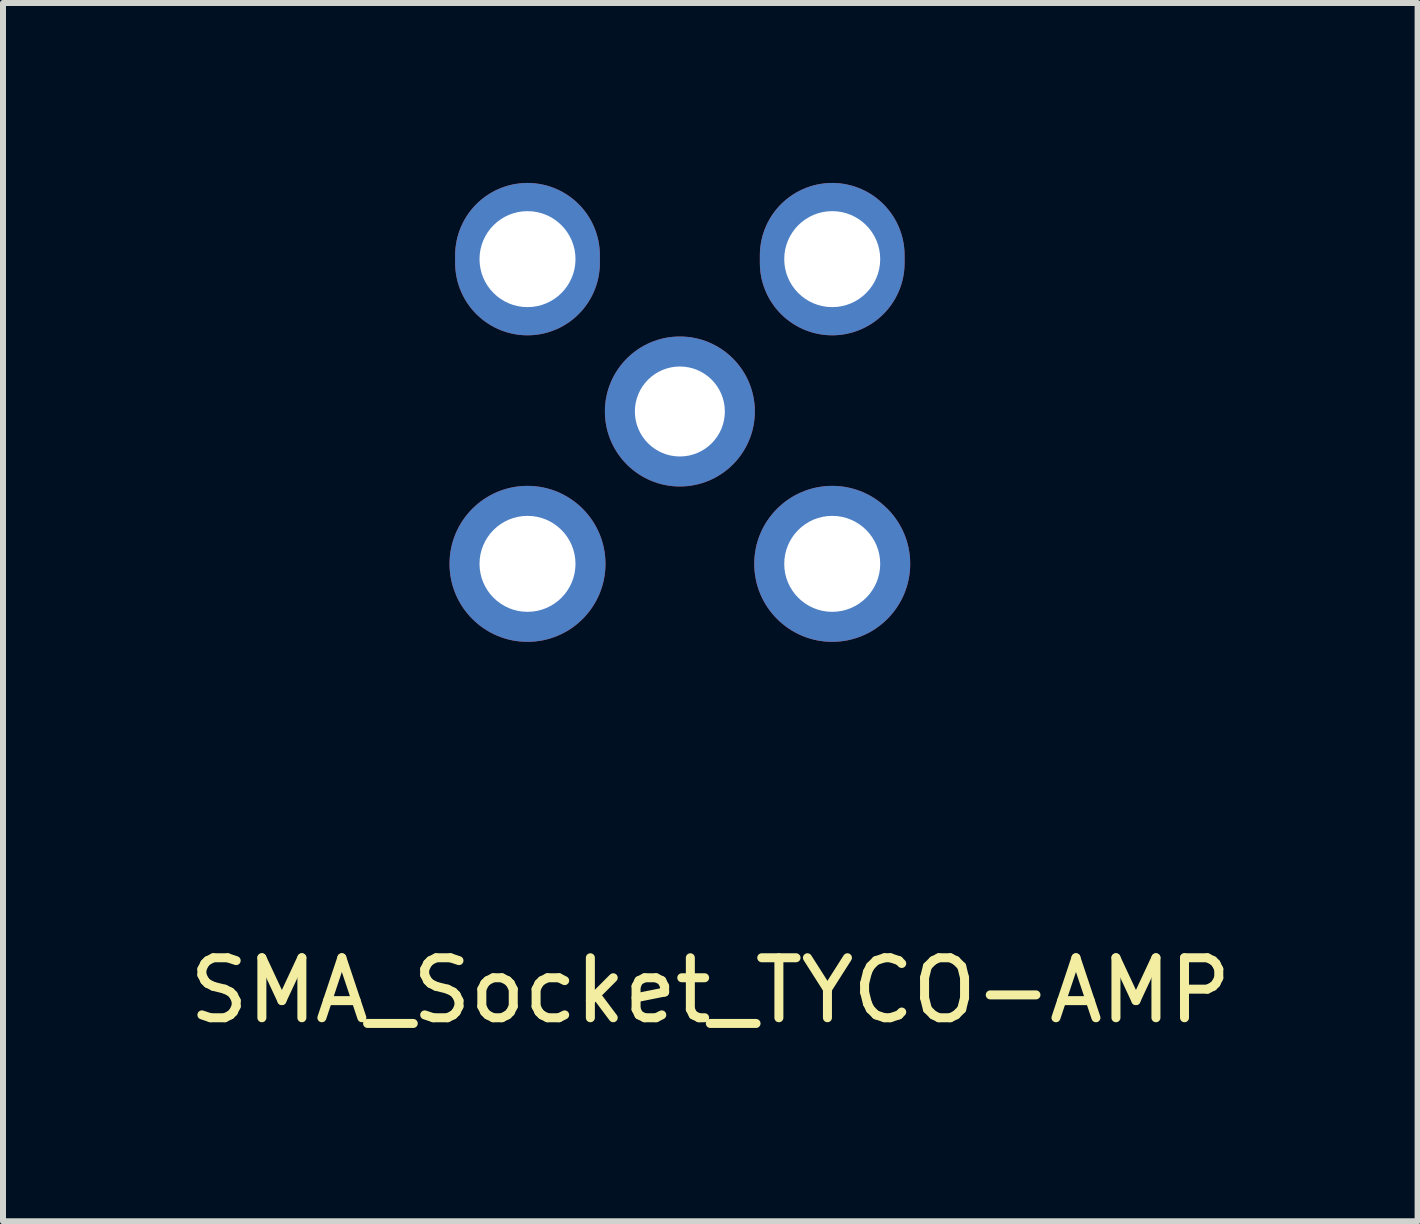
<source format=kicad_pcb>
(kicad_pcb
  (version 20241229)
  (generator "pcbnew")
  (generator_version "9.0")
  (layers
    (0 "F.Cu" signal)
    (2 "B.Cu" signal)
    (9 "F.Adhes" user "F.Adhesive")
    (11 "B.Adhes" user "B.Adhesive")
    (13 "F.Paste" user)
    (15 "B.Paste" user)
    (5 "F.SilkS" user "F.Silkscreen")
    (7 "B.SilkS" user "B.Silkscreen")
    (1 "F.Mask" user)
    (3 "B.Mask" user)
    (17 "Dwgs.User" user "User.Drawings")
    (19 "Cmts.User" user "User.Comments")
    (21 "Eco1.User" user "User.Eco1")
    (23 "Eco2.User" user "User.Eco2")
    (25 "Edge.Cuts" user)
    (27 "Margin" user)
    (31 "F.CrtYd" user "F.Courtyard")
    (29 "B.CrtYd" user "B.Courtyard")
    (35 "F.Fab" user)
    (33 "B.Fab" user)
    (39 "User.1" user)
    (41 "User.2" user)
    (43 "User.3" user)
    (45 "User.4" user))
  (footprint "SMA_Socket_TYCO-AMP"
    (layer "F.Cu")
    (at 8.284 3.81)
    (property "Reference" "SMA_Socket_TYCO-AMP" (at 0.508 9.652 0) (layer "F.SilkS") (effects (font (size 1 1) (thickness 0.15))))
    (attr through_hole)
    (pad "1" thru_hole circle (at 0 0) (size 2.5 2.5) (drill 1.5) (layers "*.Cu" "*.Mask"))
    (pad "2" thru_hole oval (at -2.54 -2.54) (size 2.413 2.54) (drill 1.6) (layers "*.Cu" "*.Mask"))
    (pad "2" thru_hole circle (at -2.54 2.54) (size 2.6 2.6) (drill 1.6) (layers "*.Cu" "*.Mask"))
    (pad "2" thru_hole oval (at 2.54 -2.54) (size 2.413 2.54) (drill 1.6) (layers "*.Cu" "*.Mask"))
    (pad "2" thru_hole circle (at 2.54 2.54) (size 2.6 2.6) (drill 1.6) (layers "*.Cu" "*.Mask")))
  (gr_rect
    (start -3 -3)
    (end 20.583 17.31)
    (stroke (width 0.1) (type default))
    (fill no)
    (layer "Edge.Cuts")))
</source>
